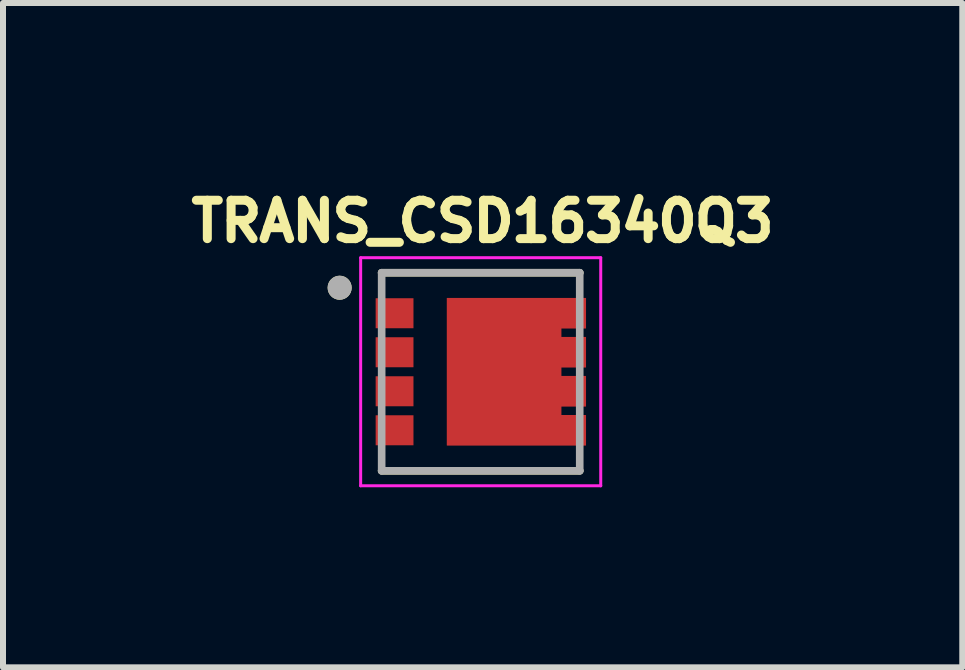
<source format=kicad_pcb>
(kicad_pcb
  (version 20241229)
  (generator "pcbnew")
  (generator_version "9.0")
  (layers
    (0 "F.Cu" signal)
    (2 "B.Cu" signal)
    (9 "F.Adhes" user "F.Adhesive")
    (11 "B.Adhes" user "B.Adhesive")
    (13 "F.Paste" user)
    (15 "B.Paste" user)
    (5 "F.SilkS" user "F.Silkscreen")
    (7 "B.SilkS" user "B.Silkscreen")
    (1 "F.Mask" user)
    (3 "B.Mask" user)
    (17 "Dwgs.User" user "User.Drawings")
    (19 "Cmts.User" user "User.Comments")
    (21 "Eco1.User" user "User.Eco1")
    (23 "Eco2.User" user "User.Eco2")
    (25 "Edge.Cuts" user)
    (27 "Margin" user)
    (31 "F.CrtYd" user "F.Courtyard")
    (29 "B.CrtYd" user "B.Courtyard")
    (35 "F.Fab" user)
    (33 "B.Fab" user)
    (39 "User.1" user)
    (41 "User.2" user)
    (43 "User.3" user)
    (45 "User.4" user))
  (footprint "TRANS_CSD16340Q3"
    (layer "F.Cu")
    (at 4.959 3.144)
    (property "Reference" "TRANS_CSD16340Q3" (at 0.032 -2.506 0) (layer "F.SilkS") (effects (font (size 0.64 0.64) (thickness 0.15))))
    (attr smd)
    (fp_poly (pts (xy -0.66 -1.325) (xy 1.85 -1.325) (xy 1.85 1.325) (xy -0.66 1.325)) (stroke (width 0.01) (type solid)) (fill yes) (layer "F.Mask"))
    (fp_line (start -1.65 -1.65) (end 1.65 -1.65) (stroke (width 0.127) (type solid)) (layer "F.SilkS"))
    (fp_line (start -1.65 1.65) (end 1.65 1.65) (stroke (width 0.127) (type solid)) (layer "F.SilkS"))
    (fp_circle (center -2.35 -1.4) (end -2.25 -1.4) (stroke (width 0.2) (type solid)) (fill no) (layer "F.SilkS"))
    (fp_poly (pts (xy -1.66 -1.145) (xy -1.21 -1.145) (xy -1.21 -0.805) (xy -1.66 -0.805)) (stroke (width 0.01) (type solid)) (fill yes) (layer "F.Paste"))
    (fp_poly (pts (xy -1.66 -0.495) (xy -1.21 -0.495) (xy -1.21 -0.155) (xy -1.66 -0.155)) (stroke (width 0.01) (type solid)) (fill yes) (layer "F.Paste"))
    (fp_poly (pts (xy -1.66 0.155) (xy -1.21 0.155) (xy -1.21 0.495) (xy -1.66 0.495)) (stroke (width 0.01) (type solid)) (fill yes) (layer "F.Paste"))
    (fp_poly (pts (xy -1.66 0.805) (xy -1.21 0.805) (xy -1.21 1.145) (xy -1.66 1.145)) (stroke (width 0.01) (type solid)) (fill yes) (layer "F.Paste"))
    (fp_poly (pts (xy -0.46 -1.145) (xy 0.985 -1.145) (xy 0.985 -0.125) (xy -0.46 -0.125)) (stroke (width 0.01) (type solid)) (fill yes) (layer "F.Paste"))
    (fp_poly (pts (xy -0.46 0.125) (xy 0.985 0.125) (xy 0.985 1.145) (xy -0.46 1.145)) (stroke (width 0.01) (type solid)) (fill yes) (layer "F.Paste"))
    (fp_poly (pts (xy 1.21 -1.145) (xy 1.66 -1.145) (xy 1.66 -0.805) (xy 1.21 -0.805)) (stroke (width 0.01) (type solid)) (fill yes) (layer "F.Paste"))
    (fp_poly (pts (xy 1.21 -0.495) (xy 1.66 -0.495) (xy 1.66 -0.155) (xy 1.21 -0.155)) (stroke (width 0.01) (type solid)) (fill yes) (layer "F.Paste"))
    (fp_poly (pts (xy 1.21 0.155) (xy 1.66 0.155) (xy 1.66 0.495) (xy 1.21 0.495)) (stroke (width 0.01) (type solid)) (fill yes) (layer "F.Paste"))
    (fp_poly (pts (xy 1.21 0.805) (xy 1.66 0.805) (xy 1.66 1.145) (xy 1.21 1.145)) (stroke (width 0.01) (type solid)) (fill yes) (layer "F.Paste"))
    (fp_line (start -2 -1.9) (end 2 -1.9) (stroke (width 0.05) (type solid)) (layer "F.CrtYd"))
    (fp_line (start -2 1.9) (end -2 -1.9) (stroke (width 0.05) (type solid)) (layer "F.CrtYd"))
    (fp_line (start 2 -1.9) (end 2 1.9) (stroke (width 0.05) (type solid)) (layer "F.CrtYd"))
    (fp_line (start 2 1.9) (end -2 1.9) (stroke (width 0.05) (type solid)) (layer "F.CrtYd"))
    (fp_line (start -1.65 -1.65) (end 1.65 -1.65) (stroke (width 0.127) (type solid)) (layer "F.Fab"))
    (fp_line (start -1.65 1.65) (end -1.65 -1.65) (stroke (width 0.127) (type solid)) (layer "F.Fab"))
    (fp_line (start 1.65 -1.65) (end 1.65 1.65) (stroke (width 0.127) (type solid)) (layer "F.Fab"))
    (fp_line (start 1.65 1.65) (end -1.65 1.65) (stroke (width 0.127) (type solid)) (layer "F.Fab"))
    (fp_circle (center -2.35 -1.4) (end -2.25 -1.4) (stroke (width 0.2) (type solid)) (fill no) (layer "F.Fab"))
    (pad "1" smd rect (at -1.435 -0.975) (size 0.63 0.5) (layers "F.Cu" "F.Mask"))
    (pad "2" smd rect (at -1.435 -0.325) (size 0.63 0.5) (layers "F.Cu" "F.Mask"))
    (pad "3" smd rect (at -1.435 0.325) (size 0.63 0.5) (layers "F.Cu" "F.Mask"))
    (pad "4" smd rect (at -1.435 0.975) (size 0.63 0.5) (layers "F.Cu" "F.Mask"))
    (pad "5-8" smd custom (at 0 0) (size 0.63 0.5) (layers "F.Cu") (options (anchor rect)) (primitives (gr_poly (pts (xy 1.75 -1.225) (xy 1.75 -0.725) (xy 1.34 -0.725) (xy 1.34 -0.575) (xy 1.75 -0.575) (xy 1.75 -0.075) (xy 1.34 -0.075) (xy 1.34 0.075) (xy 1.75 0.075) (xy 1.75 0.575) (xy 1.34 0.575) (xy 1.34 0.725) (xy 1.75 0.725) (xy 1.75 1.225) (xy -0.56 1.225) (xy -0.56 -1.225)) (width 0.01) (fill yes)))))
  (gr_rect
    (start -3 -3)
    (end 12.983 8.069)
    (stroke (width 0.1) (type default))
    (fill no)
    (layer "Edge.Cuts")))
</source>
